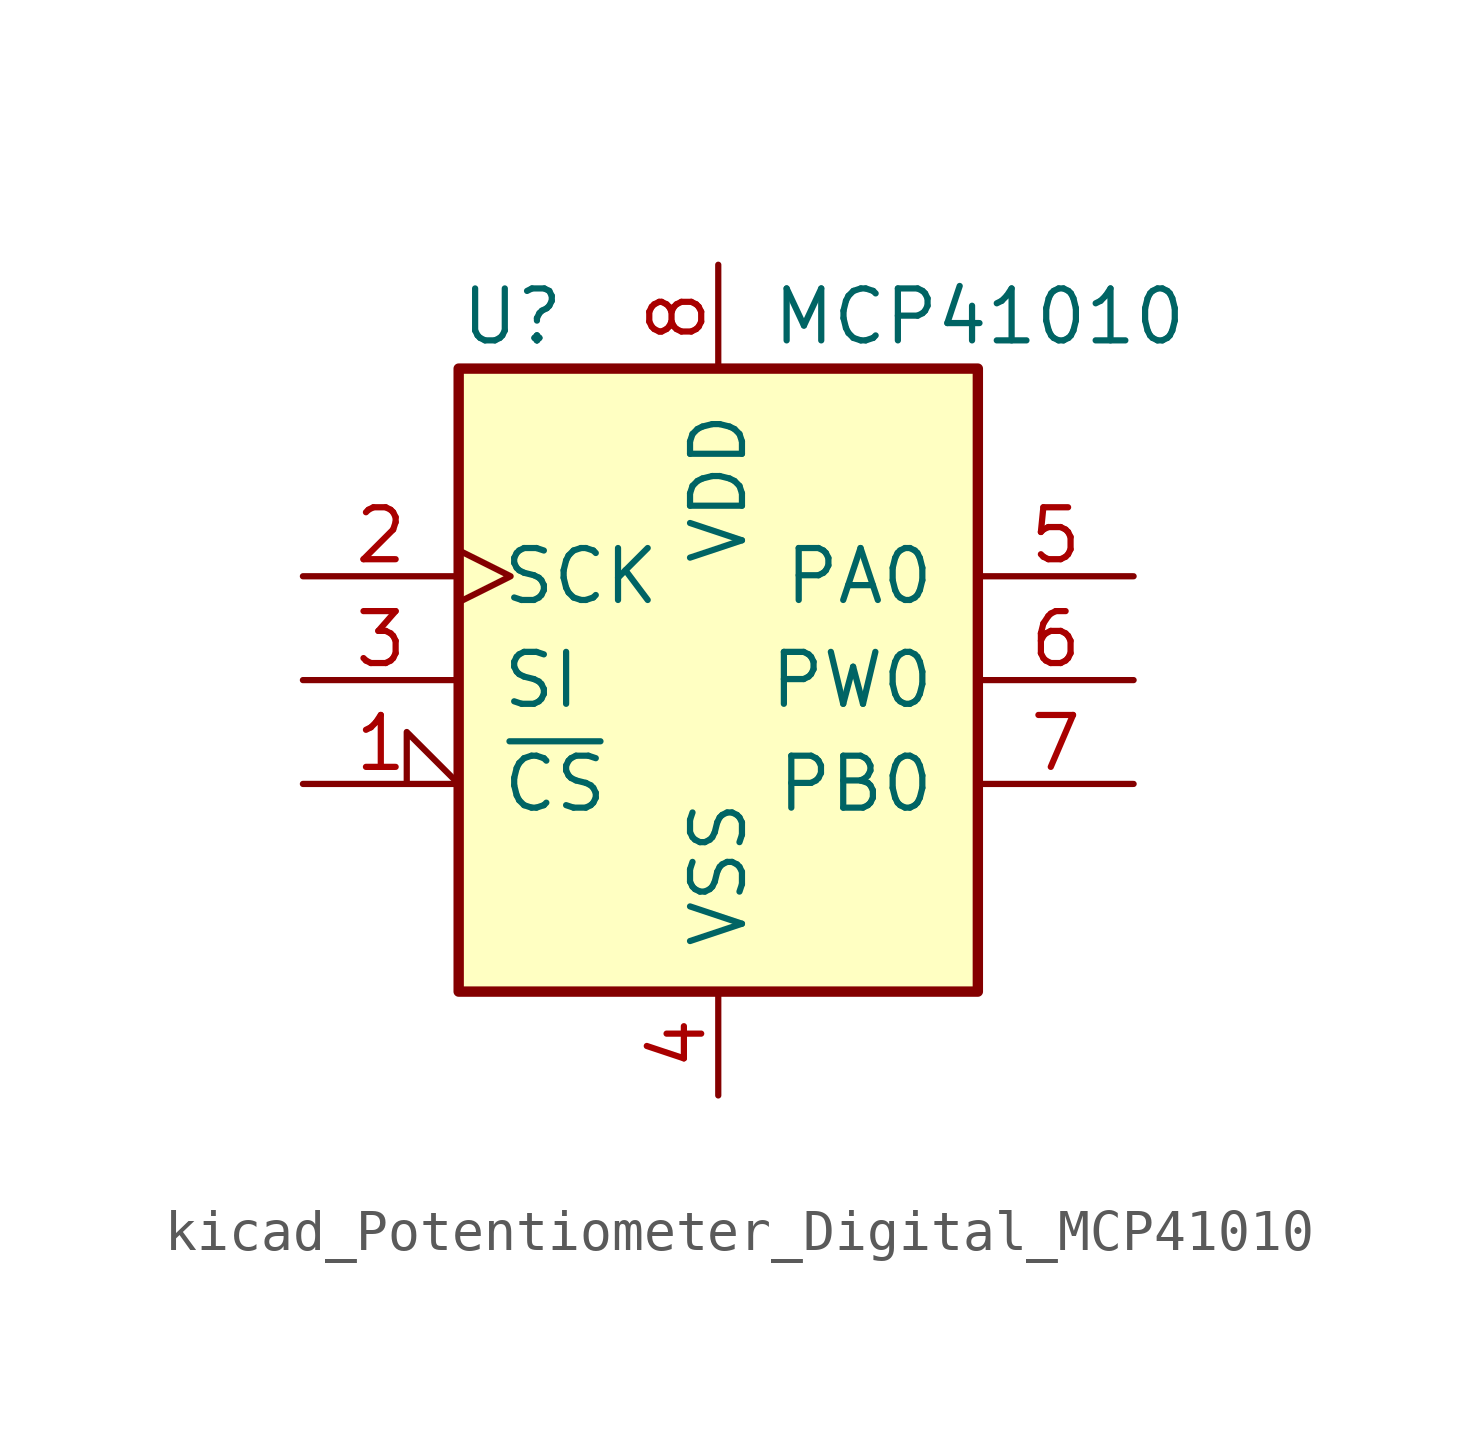
<source format=kicad_sym>
(kicad_symbol_lib
  (version 20220914)
  (generator kicad_symbol_editor)
  (symbol "kicad_Potentiometer_Digital_MCP41010"
    (pin_names
      (offset 1.016))
    (property "Reference" "U"
      (at -6.35 8.89 0)
      (effects (font (size 1.27 1.27)) (justify left)))
    (property "Value" "MCP41010"
      (at 1.27 8.89 0)
      (effects (font (size 1.27 1.27)) (justify left)))
    (symbol "kicad_Potentiometer_Digital_MCP41010_0_1"
      (rectangle (start -6.35 7.62) (end 6.35 -7.62) (stroke (width 0.254) (type default)) (fill (type background))))
    (symbol "kicad_Potentiometer_Digital_MCP41010_1_1"
      (pin input input_low (at -10.16 -2.54 0) (length 3.81) (name "~{CS}" (effects (font (size 1.27 1.27)))) (number "1" (effects (font (size 1.27 1.27)))))
      (pin passive clock (at -10.16 2.54 0) (length 3.81) (name "SCK" (effects (font (size 1.27 1.27)))) (number "2" (effects (font (size 1.27 1.27)))))
      (pin input line (at -10.16 0 0) (length 3.81) (name "SI" (effects (font (size 1.27 1.27)))) (number "3" (effects (font (size 1.27 1.27)))))
      (pin power_in line (at 0 -10.16 90) (length 2.54) (name "VSS" (effects (font (size 1.27 1.27)))) (number "4" (effects (font (size 1.27 1.27)))))
      (pin passive line (at 10.16 2.54 180) (length 3.81) (name "PA0" (effects (font (size 1.27 1.27)))) (number "5" (effects (font (size 1.27 1.27)))))
      (pin passive line (at 10.16 0 180) (length 3.81) (name "PW0" (effects (font (size 1.27 1.27)))) (number "6" (effects (font (size 1.27 1.27)))))
      (pin passive line (at 10.16 -2.54 180) (length 3.81) (name "PB0" (effects (font (size 1.27 1.27)))) (number "7" (effects (font (size 1.27 1.27)))))
      (pin power_in line (at 0 10.16 270) (length 2.54) (name "VDD" (effects (font (size 1.27 1.27)))) (number "8" (effects (font (size 1.27 1.27))))))))
</source>
